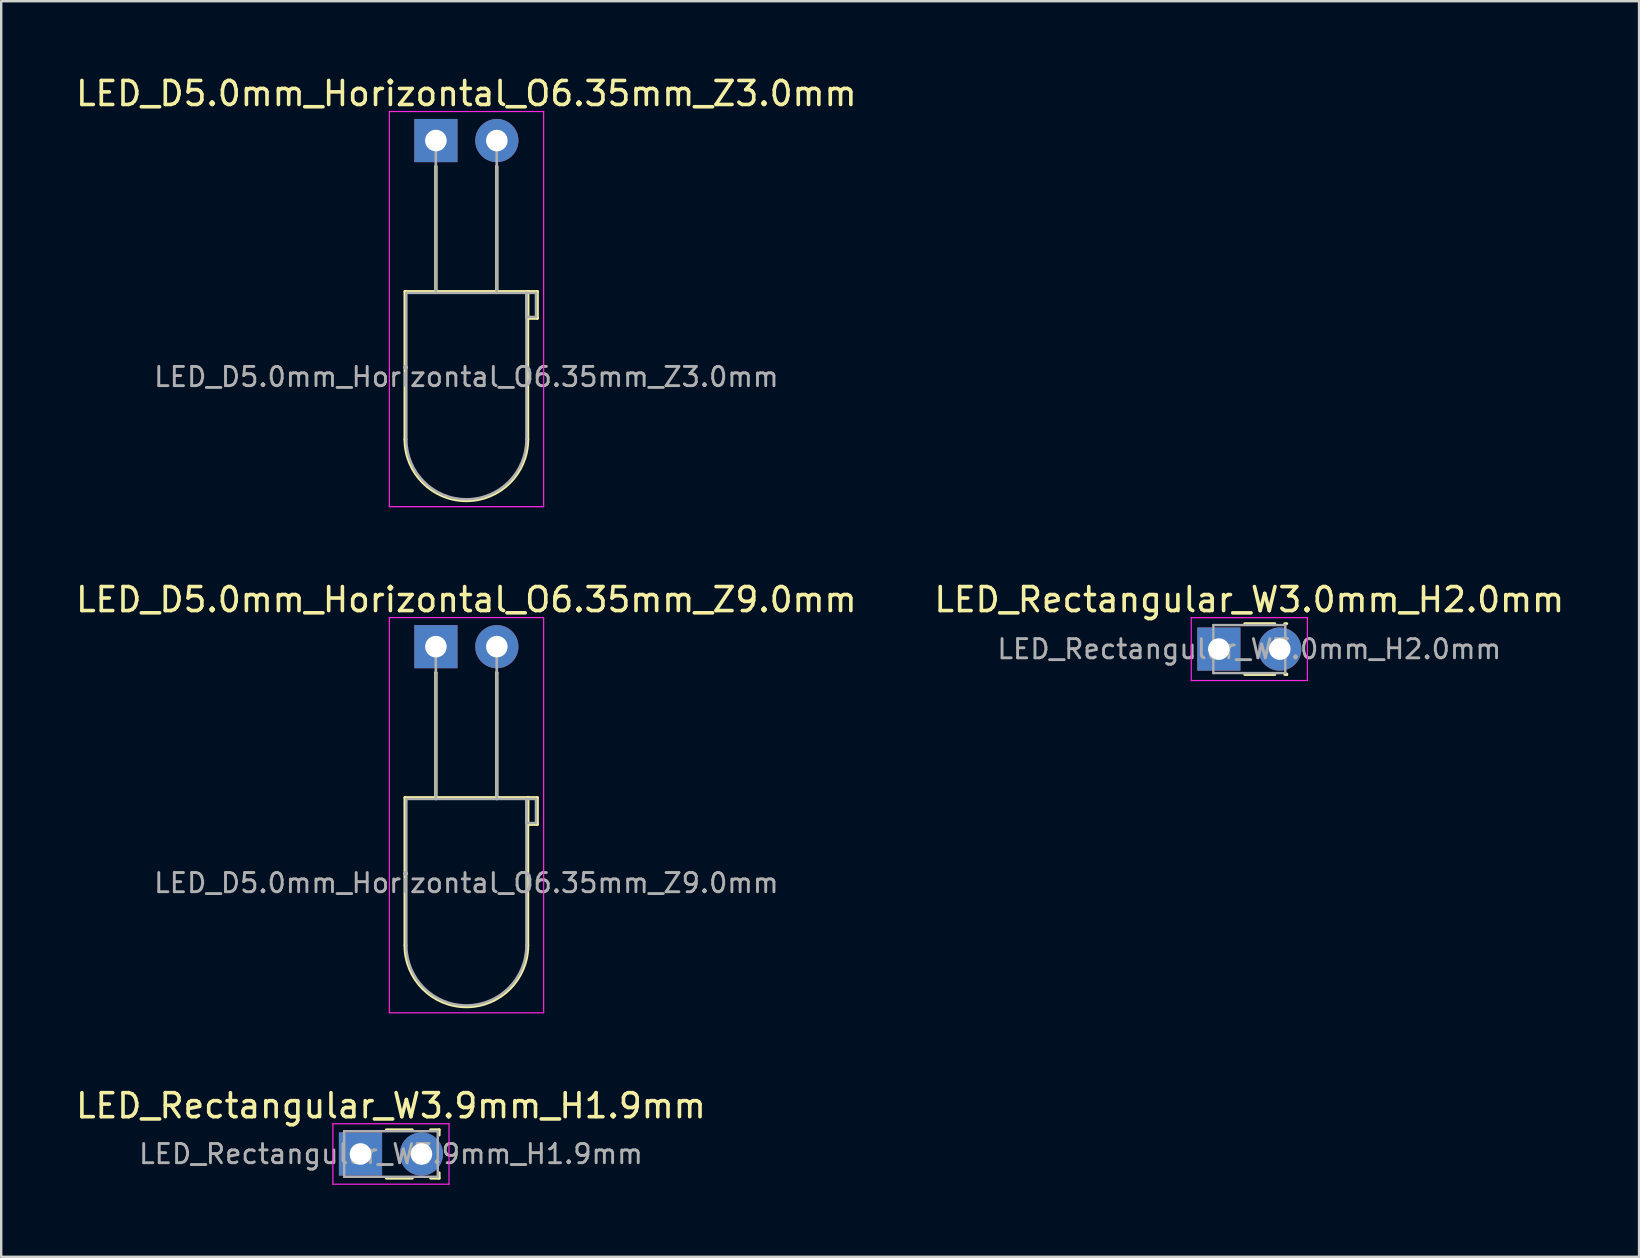
<source format=kicad_pcb>
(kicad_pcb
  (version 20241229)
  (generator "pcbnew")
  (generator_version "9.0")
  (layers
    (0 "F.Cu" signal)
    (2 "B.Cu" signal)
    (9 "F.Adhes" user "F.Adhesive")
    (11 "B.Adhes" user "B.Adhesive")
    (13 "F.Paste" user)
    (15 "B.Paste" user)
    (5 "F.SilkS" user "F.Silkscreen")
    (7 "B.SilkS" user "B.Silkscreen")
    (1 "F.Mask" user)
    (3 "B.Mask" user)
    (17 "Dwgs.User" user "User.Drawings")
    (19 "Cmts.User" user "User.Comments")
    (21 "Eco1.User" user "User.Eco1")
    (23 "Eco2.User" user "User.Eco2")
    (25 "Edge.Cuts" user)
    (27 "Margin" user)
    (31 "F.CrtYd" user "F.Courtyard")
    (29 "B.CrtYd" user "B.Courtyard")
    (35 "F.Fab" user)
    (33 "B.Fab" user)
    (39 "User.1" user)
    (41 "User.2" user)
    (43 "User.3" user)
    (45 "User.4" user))
  (footprint "LED_Rectangular_W3.0mm_H2.0mm"
    (layer "F.Cu")
    (at 47.748 24.002)
    (property "Reference" "LED_Rectangular_W3.0mm_H2.0mm" (at 1.27 -2.06 0) (layer "F.SilkS") (effects (font (size 1 1) (thickness 0.15))))
    (attr through_hole)
    (fp_line (start 1.08 -1.06) (end 2.333 -1.06) (stroke (width 0.12) (type solid)) (layer "F.SilkS"))
    (fp_line (start 1.08 1.06) (end 2.333 1.06) (stroke (width 0.12) (type solid)) (layer "F.SilkS"))
    (fp_line (start 2.747 -1.06) (end 2.83 -1.06) (stroke (width 0.12) (type solid)) (layer "F.SilkS"))
    (fp_line (start 2.747 1.06) (end 2.83 1.06) (stroke (width 0.12) (type solid)) (layer "F.SilkS"))
    (fp_line (start 2.83 1.04) (end 2.83 1.06) (stroke (width 0.12) (type solid)) (layer "F.SilkS"))
    (fp_line (start -1.15 -1.31) (end -1.15 1.31) (stroke (width 0.05) (type solid)) (layer "F.CrtYd"))
    (fp_line (start -1.15 1.31) (end 3.69 1.31) (stroke (width 0.05) (type solid)) (layer "F.CrtYd"))
    (fp_line (start 3.69 -1.31) (end -1.15 -1.31) (stroke (width 0.05) (type solid)) (layer "F.CrtYd"))
    (fp_line (start 3.69 1.31) (end 3.69 -1.31) (stroke (width 0.05) (type solid)) (layer "F.CrtYd"))
    (fp_line (start -0.23 -1) (end -0.23 1) (stroke (width 0.1) (type solid)) (layer "F.Fab"))
    (fp_line (start -0.23 1) (end 2.77 1) (stroke (width 0.1) (type solid)) (layer "F.Fab"))
    (fp_line (start 2.77 -1) (end -0.23 -1) (stroke (width 0.1) (type solid)) (layer "F.Fab"))
    (fp_line (start 2.77 1) (end 2.77 -1) (stroke (width 0.1) (type solid)) (layer "F.Fab"))
    (fp_text user "${REFERENCE}" (at 1.27 0 0) (layer "F.Fab") (effects (font (size 0.8 0.8) (thickness 0.12))))
    (pad "1" thru_hole rect (at 0 0) (size 1.8 1.8) (drill 0.9) (layers "*.Cu" "*.Mask"))
    (pad "2" thru_hole circle (at 2.54 0) (size 1.8 1.8) (drill 0.9) (layers "*.Cu" "*.Mask")))
  (footprint "LED_Rectangular_W3.9mm_H1.9mm"
    (layer "F.Cu")
    (at 11.974 45.045)
    (property "Reference" "LED_Rectangular_W3.9mm_H1.9mm" (at 1.27 -2.01 0) (layer "F.SilkS") (effects (font (size 1 1) (thickness 0.15))))
    (attr through_hole)
    (fp_line (start 1.08 -1.01) (end 2.158 -1.01) (stroke (width 0.12) (type solid)) (layer "F.SilkS"))
    (fp_line (start 1.08 1.01) (end 2.158 1.01) (stroke (width 0.12) (type solid)) (layer "F.SilkS"))
    (fp_line (start 2.922 -1.01) (end 3.28 -1.01) (stroke (width 0.12) (type solid)) (layer "F.SilkS"))
    (fp_line (start 2.922 1.01) (end 3.28 1.01) (stroke (width 0.12) (type solid)) (layer "F.SilkS"))
    (fp_line (start 3.28 -1.01) (end 3.28 -0.787) (stroke (width 0.12) (type solid)) (layer "F.SilkS"))
    (fp_line (start 3.28 0.787) (end 3.28 1.01) (stroke (width 0.12) (type solid)) (layer "F.SilkS"))
    (fp_line (start -1.15 -1.26) (end -1.15 1.26) (stroke (width 0.05) (type solid)) (layer "F.CrtYd"))
    (fp_line (start -1.15 1.26) (end 3.69 1.26) (stroke (width 0.05) (type solid)) (layer "F.CrtYd"))
    (fp_line (start 3.69 -1.26) (end -1.15 -1.26) (stroke (width 0.05) (type solid)) (layer "F.CrtYd"))
    (fp_line (start 3.69 1.26) (end 3.69 -1.26) (stroke (width 0.05) (type solid)) (layer "F.CrtYd"))
    (fp_line (start -0.68 -0.95) (end -0.68 0.95) (stroke (width 0.1) (type solid)) (layer "F.Fab"))
    (fp_line (start -0.68 0.95) (end 3.22 0.95) (stroke (width 0.1) (type solid)) (layer "F.Fab"))
    (fp_line (start 3.22 -0.95) (end -0.68 -0.95) (stroke (width 0.1) (type solid)) (layer "F.Fab"))
    (fp_line (start 3.22 0.95) (end 3.22 -0.95) (stroke (width 0.1) (type solid)) (layer "F.Fab"))
    (fp_text user "${REFERENCE}" (at 1.27 0 0) (layer "F.Fab") (effects (font (size 0.8 0.8) (thickness 0.12))))
    (pad "1" thru_hole rect (at 0 0) (size 1.8 1.8) (drill 0.9) (layers "*.Cu" "*.Mask"))
    (pad "2" thru_hole circle (at 2.54 0) (size 1.8 1.8) (drill 0.9) (layers "*.Cu" "*.Mask")))
  (footprint "LED_D5.0mm_Horizontal_O6.35mm_Z3.0mm"
    (layer "F.Cu")
    (at 15.117 2.808)
    (property "Reference" "LED_D5.0mm_Horizontal_O6.35mm_Z3.0mm" (at 1.27 -1.96 0) (layer "F.SilkS") (effects (font (size 1 1) (thickness 0.15))))
    (attr through_hole)
    (fp_line (start -1.29 6.29) (end -1.29 12.45) (stroke (width 0.12) (type solid)) (layer "F.SilkS"))
    (fp_line (start -1.29 6.29) (end 3.83 6.29) (stroke (width 0.12) (type solid)) (layer "F.SilkS"))
    (fp_line (start 0 1.08) (end 0 1.08) (stroke (width 0.12) (type solid)) (layer "F.SilkS"))
    (fp_line (start 0 1.08) (end 0 6.29) (stroke (width 0.12) (type solid)) (layer "F.SilkS"))
    (fp_line (start 0 6.29) (end 0 1.08) (stroke (width 0.12) (type solid)) (layer "F.SilkS"))
    (fp_line (start 0 6.29) (end 0 6.29) (stroke (width 0.12) (type solid)) (layer "F.SilkS"))
    (fp_line (start 2.54 1.08) (end 2.54 1.08) (stroke (width 0.12) (type solid)) (layer "F.SilkS"))
    (fp_line (start 2.54 1.08) (end 2.54 6.29) (stroke (width 0.12) (type solid)) (layer "F.SilkS"))
    (fp_line (start 2.54 6.29) (end 2.54 1.08) (stroke (width 0.12) (type solid)) (layer "F.SilkS"))
    (fp_line (start 2.54 6.29) (end 2.54 6.29) (stroke (width 0.12) (type solid)) (layer "F.SilkS"))
    (fp_line (start 3.83 6.29) (end 3.83 12.45) (stroke (width 0.12) (type solid)) (layer "F.SilkS"))
    (fp_line (start 3.83 6.29) (end 4.23 6.29) (stroke (width 0.12) (type solid)) (layer "F.SilkS"))
    (fp_line (start 3.83 7.41) (end 3.83 6.29) (stroke (width 0.12) (type solid)) (layer "F.SilkS"))
    (fp_line (start 4.23 6.29) (end 4.23 7.41) (stroke (width 0.12) (type solid)) (layer "F.SilkS"))
    (fp_line (start 4.23 7.41) (end 3.83 7.41) (stroke (width 0.12) (type solid)) (layer "F.SilkS"))
    (fp_arc (start 3.83 12.45) (mid 1.27 15.01) (end -1.29 12.45) (stroke (width 0.12) (type solid)) (layer "F.SilkS"))
    (fp_line (start -1.94 -1.21) (end -1.94 15.26) (stroke (width 0.05) (type solid)) (layer "F.CrtYd"))
    (fp_line (start -1.94 15.26) (end 4.49 15.26) (stroke (width 0.05) (type solid)) (layer "F.CrtYd"))
    (fp_line (start 4.49 -1.21) (end -1.94 -1.21) (stroke (width 0.05) (type solid)) (layer "F.CrtYd"))
    (fp_line (start 4.49 15.26) (end 4.49 -1.21) (stroke (width 0.05) (type solid)) (layer "F.CrtYd"))
    (fp_line (start -1.23 6.35) (end -1.23 12.45) (stroke (width 0.1) (type solid)) (layer "F.Fab"))
    (fp_line (start -1.23 6.35) (end 3.77 6.35) (stroke (width 0.1) (type solid)) (layer "F.Fab"))
    (fp_line (start 0 0) (end 0 0) (stroke (width 0.1) (type solid)) (layer "F.Fab"))
    (fp_line (start 0 0) (end 0 6.35) (stroke (width 0.1) (type solid)) (layer "F.Fab"))
    (fp_line (start 0 6.35) (end 0 0) (stroke (width 0.1) (type solid)) (layer "F.Fab"))
    (fp_line (start 0 6.35) (end 0 6.35) (stroke (width 0.1) (type solid)) (layer "F.Fab"))
    (fp_line (start 2.54 0) (end 2.54 0) (stroke (width 0.1) (type solid)) (layer "F.Fab"))
    (fp_line (start 2.54 0) (end 2.54 6.35) (stroke (width 0.1) (type solid)) (layer "F.Fab"))
    (fp_line (start 2.54 6.35) (end 2.54 0) (stroke (width 0.1) (type solid)) (layer "F.Fab"))
    (fp_line (start 2.54 6.35) (end 2.54 6.35) (stroke (width 0.1) (type solid)) (layer "F.Fab"))
    (fp_line (start 3.77 6.35) (end 3.77 12.45) (stroke (width 0.1) (type solid)) (layer "F.Fab"))
    (fp_line (start 3.77 6.35) (end 4.17 6.35) (stroke (width 0.1) (type solid)) (layer "F.Fab"))
    (fp_line (start 3.77 7.35) (end 3.77 6.35) (stroke (width 0.1) (type solid)) (layer "F.Fab"))
    (fp_line (start 4.17 6.35) (end 4.17 7.35) (stroke (width 0.1) (type solid)) (layer "F.Fab"))
    (fp_line (start 4.17 7.35) (end 3.77 7.35) (stroke (width 0.1) (type solid)) (layer "F.Fab"))
    (fp_arc (start 3.77 12.45) (mid 1.27 14.95) (end -1.23 12.45) (stroke (width 0.1) (type solid)) (layer "F.Fab"))
    (fp_text user "${REFERENCE}" (at 1.27 9.85 0) (layer "F.Fab") (effects (font (size 0.8 0.8) (thickness 0.12))))
    (pad "1" thru_hole rect (at 0 0) (size 1.8 1.8) (drill 0.9) (layers "*.Cu" "*.Mask"))
    (pad "2" thru_hole circle (at 2.54 0) (size 1.8 1.8) (drill 0.9) (layers "*.Cu" "*.Mask")))
  (footprint "LED_D5.0mm_Horizontal_O6.35mm_Z9.0mm"
    (layer "F.Cu")
    (at 15.117 23.901)
    (property "Reference" "LED_D5.0mm_Horizontal_O6.35mm_Z9.0mm" (at 1.27 -1.96 0) (layer "F.SilkS") (effects (font (size 1 1) (thickness 0.15))))
    (attr through_hole)
    (fp_line (start -1.29 6.29) (end -1.29 12.45) (stroke (width 0.12) (type solid)) (layer "F.SilkS"))
    (fp_line (start -1.29 6.29) (end 3.83 6.29) (stroke (width 0.12) (type solid)) (layer "F.SilkS"))
    (fp_line (start 0 1.08) (end 0 1.08) (stroke (width 0.12) (type solid)) (layer "F.SilkS"))
    (fp_line (start 0 1.08) (end 0 6.29) (stroke (width 0.12) (type solid)) (layer "F.SilkS"))
    (fp_line (start 0 6.29) (end 0 1.08) (stroke (width 0.12) (type solid)) (layer "F.SilkS"))
    (fp_line (start 0 6.29) (end 0 6.29) (stroke (width 0.12) (type solid)) (layer "F.SilkS"))
    (fp_line (start 2.54 1.08) (end 2.54 1.08) (stroke (width 0.12) (type solid)) (layer "F.SilkS"))
    (fp_line (start 2.54 1.08) (end 2.54 6.29) (stroke (width 0.12) (type solid)) (layer "F.SilkS"))
    (fp_line (start 2.54 6.29) (end 2.54 1.08) (stroke (width 0.12) (type solid)) (layer "F.SilkS"))
    (fp_line (start 2.54 6.29) (end 2.54 6.29) (stroke (width 0.12) (type solid)) (layer "F.SilkS"))
    (fp_line (start 3.83 6.29) (end 3.83 12.45) (stroke (width 0.12) (type solid)) (layer "F.SilkS"))
    (fp_line (start 3.83 6.29) (end 4.23 6.29) (stroke (width 0.12) (type solid)) (layer "F.SilkS"))
    (fp_line (start 3.83 7.41) (end 3.83 6.29) (stroke (width 0.12) (type solid)) (layer "F.SilkS"))
    (fp_line (start 4.23 6.29) (end 4.23 7.41) (stroke (width 0.12) (type solid)) (layer "F.SilkS"))
    (fp_line (start 4.23 7.41) (end 3.83 7.41) (stroke (width 0.12) (type solid)) (layer "F.SilkS"))
    (fp_arc (start 3.83 12.45) (mid 1.27 15.01) (end -1.29 12.45) (stroke (width 0.12) (type solid)) (layer "F.SilkS"))
    (fp_line (start -1.94 -1.21) (end -1.94 15.26) (stroke (width 0.05) (type solid)) (layer "F.CrtYd"))
    (fp_line (start -1.94 15.26) (end 4.49 15.26) (stroke (width 0.05) (type solid)) (layer "F.CrtYd"))
    (fp_line (start 4.49 -1.21) (end -1.94 -1.21) (stroke (width 0.05) (type solid)) (layer "F.CrtYd"))
    (fp_line (start 4.49 15.26) (end 4.49 -1.21) (stroke (width 0.05) (type solid)) (layer "F.CrtYd"))
    (fp_line (start -1.23 6.35) (end -1.23 12.45) (stroke (width 0.1) (type solid)) (layer "F.Fab"))
    (fp_line (start -1.23 6.35) (end 3.77 6.35) (stroke (width 0.1) (type solid)) (layer "F.Fab"))
    (fp_line (start 0 0) (end 0 0) (stroke (width 0.1) (type solid)) (layer "F.Fab"))
    (fp_line (start 0 0) (end 0 6.35) (stroke (width 0.1) (type solid)) (layer "F.Fab"))
    (fp_line (start 0 6.35) (end 0 0) (stroke (width 0.1) (type solid)) (layer "F.Fab"))
    (fp_line (start 0 6.35) (end 0 6.35) (stroke (width 0.1) (type solid)) (layer "F.Fab"))
    (fp_line (start 2.54 0) (end 2.54 0) (stroke (width 0.1) (type solid)) (layer "F.Fab"))
    (fp_line (start 2.54 0) (end 2.54 6.35) (stroke (width 0.1) (type solid)) (layer "F.Fab"))
    (fp_line (start 2.54 6.35) (end 2.54 0) (stroke (width 0.1) (type solid)) (layer "F.Fab"))
    (fp_line (start 2.54 6.35) (end 2.54 6.35) (stroke (width 0.1) (type solid)) (layer "F.Fab"))
    (fp_line (start 3.77 6.35) (end 3.77 12.45) (stroke (width 0.1) (type solid)) (layer "F.Fab"))
    (fp_line (start 3.77 6.35) (end 4.17 6.35) (stroke (width 0.1) (type solid)) (layer "F.Fab"))
    (fp_line (start 3.77 7.35) (end 3.77 6.35) (stroke (width 0.1) (type solid)) (layer "F.Fab"))
    (fp_line (start 4.17 6.35) (end 4.17 7.35) (stroke (width 0.1) (type solid)) (layer "F.Fab"))
    (fp_line (start 4.17 7.35) (end 3.77 7.35) (stroke (width 0.1) (type solid)) (layer "F.Fab"))
    (fp_arc (start 3.77 12.45) (mid 1.27 14.95) (end -1.23 12.45) (stroke (width 0.1) (type solid)) (layer "F.Fab"))
    (fp_text user "${REFERENCE}" (at 1.27 9.85 0) (layer "F.Fab") (effects (font (size 0.8 0.8) (thickness 0.12))))
    (pad "1" thru_hole rect (at 0 0) (size 1.8 1.8) (drill 0.9) (layers "*.Cu" "*.Mask"))
    (pad "2" thru_hole circle (at 2.54 0) (size 1.8 1.8) (drill 0.9) (layers "*.Cu" "*.Mask")))
  (gr_rect
    (start -3 -3)
    (end 65.262 49.33)
    (stroke (width 0.1) (type default))
    (fill no)
    (layer "Edge.Cuts")))
</source>
